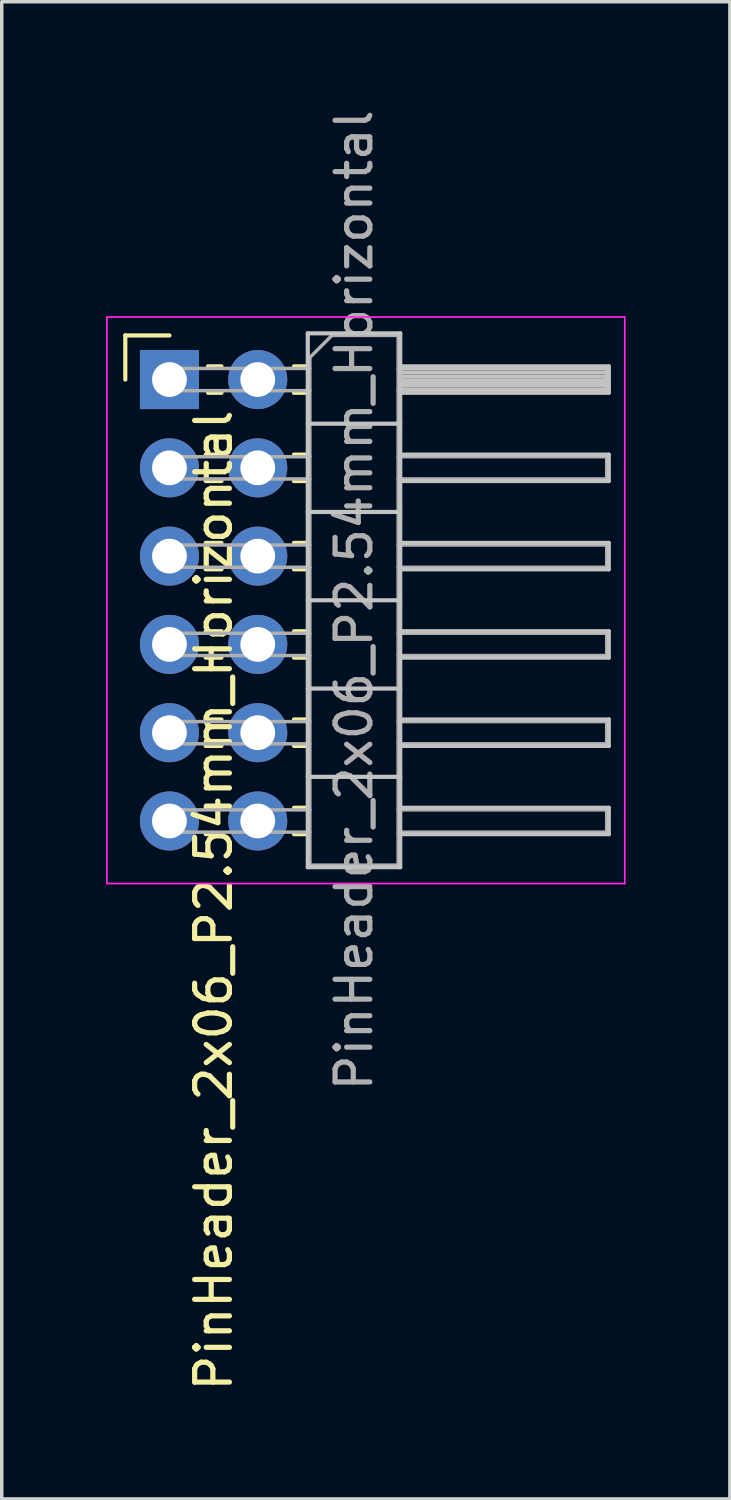
<source format=kicad_pcb>
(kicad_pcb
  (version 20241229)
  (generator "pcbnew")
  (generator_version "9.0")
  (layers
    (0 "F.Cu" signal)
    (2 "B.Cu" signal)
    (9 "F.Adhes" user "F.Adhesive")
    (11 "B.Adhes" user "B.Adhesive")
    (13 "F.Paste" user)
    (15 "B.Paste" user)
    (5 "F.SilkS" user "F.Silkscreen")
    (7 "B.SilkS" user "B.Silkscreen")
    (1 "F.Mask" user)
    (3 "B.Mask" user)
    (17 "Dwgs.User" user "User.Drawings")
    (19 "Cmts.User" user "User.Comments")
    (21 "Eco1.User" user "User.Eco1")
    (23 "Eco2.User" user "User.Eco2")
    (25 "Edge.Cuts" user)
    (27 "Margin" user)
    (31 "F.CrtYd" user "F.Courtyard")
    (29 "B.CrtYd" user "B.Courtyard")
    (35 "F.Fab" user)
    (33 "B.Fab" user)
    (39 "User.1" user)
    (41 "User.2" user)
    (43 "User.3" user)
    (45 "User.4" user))
  (footprint "PinHeader_2x06_P2.54mm_Horizontal"
    (layer "F.Cu")
    (at 1.825 7.87)
    (property "Reference" "PinHeader_2x06_P2.54mm_Horizontal" (at 1.27 14.986 270) (layer "F.SilkS") (effects (font (size 1 1) (thickness 0.15))))
    (attr through_hole)
    (fp_line (start -1.27 -1.27) (end 0 -1.27) (stroke (width 0.12) (type solid)) (layer "F.SilkS"))
    (fp_line (start -1.27 0) (end -1.27 -1.27) (stroke (width 0.12) (type solid)) (layer "F.SilkS"))
    (fp_line (start 1.043 2.16) (end 1.497 2.16) (stroke (width 0.12) (type solid)) (layer "F.SilkS"))
    (fp_line (start 1.043 2.92) (end 1.497 2.92) (stroke (width 0.12) (type solid)) (layer "F.SilkS"))
    (fp_line (start 1.043 4.7) (end 1.497 4.7) (stroke (width 0.12) (type solid)) (layer "F.SilkS"))
    (fp_line (start 1.043 5.46) (end 1.497 5.46) (stroke (width 0.12) (type solid)) (layer "F.SilkS"))
    (fp_line (start 1.043 7.24) (end 1.497 7.24) (stroke (width 0.12) (type solid)) (layer "F.SilkS"))
    (fp_line (start 1.043 8) (end 1.497 8) (stroke (width 0.12) (type solid)) (layer "F.SilkS"))
    (fp_line (start 1.043 9.78) (end 1.497 9.78) (stroke (width 0.12) (type solid)) (layer "F.SilkS"))
    (fp_line (start 1.043 10.54) (end 1.497 10.54) (stroke (width 0.12) (type solid)) (layer "F.SilkS"))
    (fp_line (start 1.043 12.32) (end 1.497 12.32) (stroke (width 0.12) (type solid)) (layer "F.SilkS"))
    (fp_line (start 1.043 13.08) (end 1.497 13.08) (stroke (width 0.12) (type solid)) (layer "F.SilkS"))
    (fp_line (start 1.11 -0.38) (end 1.497 -0.38) (stroke (width 0.12) (type solid)) (layer "F.SilkS"))
    (fp_line (start 1.11 0.38) (end 1.497 0.38) (stroke (width 0.12) (type solid)) (layer "F.SilkS"))
    (fp_line (start 3.583 -0.38) (end 3.98 -0.38) (stroke (width 0.12) (type solid)) (layer "F.SilkS"))
    (fp_line (start 3.583 0.38) (end 3.98 0.38) (stroke (width 0.12) (type solid)) (layer "F.SilkS"))
    (fp_line (start 3.583 2.16) (end 3.98 2.16) (stroke (width 0.12) (type solid)) (layer "F.SilkS"))
    (fp_line (start 3.583 2.92) (end 3.98 2.92) (stroke (width 0.12) (type solid)) (layer "F.SilkS"))
    (fp_line (start 3.583 4.7) (end 3.98 4.7) (stroke (width 0.12) (type solid)) (layer "F.SilkS"))
    (fp_line (start 3.583 5.46) (end 3.98 5.46) (stroke (width 0.12) (type solid)) (layer "F.SilkS"))
    (fp_line (start 3.583 7.24) (end 3.98 7.24) (stroke (width 0.12) (type solid)) (layer "F.SilkS"))
    (fp_line (start 3.583 8) (end 3.98 8) (stroke (width 0.12) (type solid)) (layer "F.SilkS"))
    (fp_line (start 3.583 9.78) (end 3.98 9.78) (stroke (width 0.12) (type solid)) (layer "F.SilkS"))
    (fp_line (start 3.583 10.54) (end 3.98 10.54) (stroke (width 0.12) (type solid)) (layer "F.SilkS"))
    (fp_line (start 3.583 12.32) (end 3.98 12.32) (stroke (width 0.12) (type solid)) (layer "F.SilkS"))
    (fp_line (start 3.583 13.08) (end 3.98 13.08) (stroke (width 0.12) (type solid)) (layer "F.SilkS"))
    (fp_line (start 3.98 -1.33) (end 3.98 14.03) (stroke (width 0.12) (type solid)) (layer "Dwgs.User"))
    (fp_line (start 3.98 1.27) (end 6.64 1.27) (stroke (width 0.12) (type solid)) (layer "Dwgs.User"))
    (fp_line (start 3.98 3.81) (end 6.64 3.81) (stroke (width 0.12) (type solid)) (layer "Dwgs.User"))
    (fp_line (start 3.98 6.35) (end 6.64 6.35) (stroke (width 0.12) (type solid)) (layer "Dwgs.User"))
    (fp_line (start 3.98 8.89) (end 6.64 8.89) (stroke (width 0.12) (type solid)) (layer "Dwgs.User"))
    (fp_line (start 3.98 11.43) (end 6.64 11.43) (stroke (width 0.12) (type solid)) (layer "Dwgs.User"))
    (fp_line (start 3.98 14.03) (end 6.64 14.03) (stroke (width 0.12) (type solid)) (layer "Dwgs.User"))
    (fp_line (start 6.64 -1.33) (end 3.98 -1.33) (stroke (width 0.12) (type solid)) (layer "Dwgs.User"))
    (fp_line (start 6.64 -0.38) (end 12.64 -0.38) (stroke (width 0.12) (type solid)) (layer "Dwgs.User"))
    (fp_line (start 6.64 -0.32) (end 12.64 -0.32) (stroke (width 0.12) (type solid)) (layer "Dwgs.User"))
    (fp_line (start 6.64 -0.2) (end 12.64 -0.2) (stroke (width 0.12) (type solid)) (layer "Dwgs.User"))
    (fp_line (start 6.64 -0.08) (end 12.64 -0.08) (stroke (width 0.12) (type solid)) (layer "Dwgs.User"))
    (fp_line (start 6.64 0.04) (end 12.64 0.04) (stroke (width 0.12) (type solid)) (layer "Dwgs.User"))
    (fp_line (start 6.64 0.16) (end 12.64 0.16) (stroke (width 0.12) (type solid)) (layer "Dwgs.User"))
    (fp_line (start 6.64 0.28) (end 12.64 0.28) (stroke (width 0.12) (type solid)) (layer "Dwgs.User"))
    (fp_line (start 6.64 2.16) (end 12.64 2.16) (stroke (width 0.12) (type solid)) (layer "Dwgs.User"))
    (fp_line (start 6.64 4.7) (end 12.64 4.7) (stroke (width 0.12) (type solid)) (layer "Dwgs.User"))
    (fp_line (start 6.64 7.24) (end 12.64 7.24) (stroke (width 0.12) (type solid)) (layer "Dwgs.User"))
    (fp_line (start 6.64 9.78) (end 12.64 9.78) (stroke (width 0.12) (type solid)) (layer "Dwgs.User"))
    (fp_line (start 6.64 12.32) (end 12.64 12.32) (stroke (width 0.12) (type solid)) (layer "Dwgs.User"))
    (fp_line (start 6.64 14.03) (end 6.64 -1.33) (stroke (width 0.12) (type solid)) (layer "Dwgs.User"))
    (fp_line (start 12.64 -0.38) (end 12.64 0.38) (stroke (width 0.12) (type solid)) (layer "Dwgs.User"))
    (fp_line (start 12.64 0.38) (end 6.64 0.38) (stroke (width 0.12) (type solid)) (layer "Dwgs.User"))
    (fp_line (start 12.64 2.16) (end 12.64 2.92) (stroke (width 0.12) (type solid)) (layer "Dwgs.User"))
    (fp_line (start 12.64 2.92) (end 6.64 2.92) (stroke (width 0.12) (type solid)) (layer "Dwgs.User"))
    (fp_line (start 12.64 4.7) (end 12.64 5.46) (stroke (width 0.12) (type solid)) (layer "Dwgs.User"))
    (fp_line (start 12.64 5.46) (end 6.64 5.46) (stroke (width 0.12) (type solid)) (layer "Dwgs.User"))
    (fp_line (start 12.64 7.24) (end 12.64 8) (stroke (width 0.12) (type solid)) (layer "Dwgs.User"))
    (fp_line (start 12.64 8) (end 6.64 8) (stroke (width 0.12) (type solid)) (layer "Dwgs.User"))
    (fp_line (start 12.64 9.78) (end 12.64 10.54) (stroke (width 0.12) (type solid)) (layer "Dwgs.User"))
    (fp_line (start 12.64 10.54) (end 6.64 10.54) (stroke (width 0.12) (type solid)) (layer "Dwgs.User"))
    (fp_line (start 12.64 12.32) (end 12.64 13.08) (stroke (width 0.12) (type solid)) (layer "Dwgs.User"))
    (fp_line (start 12.64 13.08) (end 6.64 13.08) (stroke (width 0.12) (type solid)) (layer "Dwgs.User"))
    (fp_line (start -1.8 -1.8) (end -1.8 14.5) (stroke (width 0.05) (type solid)) (layer "F.CrtYd"))
    (fp_line (start -1.8 14.5) (end 13.1 14.5) (stroke (width 0.05) (type solid)) (layer "F.CrtYd"))
    (fp_line (start 13.1 -1.8) (end -1.8 -1.8) (stroke (width 0.05) (type solid)) (layer "F.CrtYd"))
    (fp_line (start 13.1 14.5) (end 13.1 -1.8) (stroke (width 0.05) (type solid)) (layer "F.CrtYd"))
    (fp_line (start -0.32 -0.32) (end -0.32 0.32) (stroke (width 0.1) (type solid)) (layer "F.Fab"))
    (fp_line (start -0.32 -0.32) (end 4.04 -0.32) (stroke (width 0.1) (type solid)) (layer "F.Fab"))
    (fp_line (start -0.32 0.32) (end 4.04 0.32) (stroke (width 0.1) (type solid)) (layer "F.Fab"))
    (fp_line (start -0.32 2.22) (end -0.32 2.86) (stroke (width 0.1) (type solid)) (layer "F.Fab"))
    (fp_line (start -0.32 2.22) (end 4.04 2.22) (stroke (width 0.1) (type solid)) (layer "F.Fab"))
    (fp_line (start -0.32 2.86) (end 4.04 2.86) (stroke (width 0.1) (type solid)) (layer "F.Fab"))
    (fp_line (start -0.32 4.76) (end -0.32 5.4) (stroke (width 0.1) (type solid)) (layer "F.Fab"))
    (fp_line (start -0.32 4.76) (end 4.04 4.76) (stroke (width 0.1) (type solid)) (layer "F.Fab"))
    (fp_line (start -0.32 5.4) (end 4.04 5.4) (stroke (width 0.1) (type solid)) (layer "F.Fab"))
    (fp_line (start -0.32 7.3) (end -0.32 7.94) (stroke (width 0.1) (type solid)) (layer "F.Fab"))
    (fp_line (start -0.32 7.3) (end 4.04 7.3) (stroke (width 0.1) (type solid)) (layer "F.Fab"))
    (fp_line (start -0.32 7.94) (end 4.04 7.94) (stroke (width 0.1) (type solid)) (layer "F.Fab"))
    (fp_line (start -0.32 9.84) (end -0.32 10.48) (stroke (width 0.1) (type solid)) (layer "F.Fab"))
    (fp_line (start -0.32 9.84) (end 4.04 9.84) (stroke (width 0.1) (type solid)) (layer "F.Fab"))
    (fp_line (start -0.32 10.48) (end 4.04 10.48) (stroke (width 0.1) (type solid)) (layer "F.Fab"))
    (fp_line (start -0.32 12.38) (end -0.32 13.02) (stroke (width 0.1) (type solid)) (layer "F.Fab"))
    (fp_line (start -0.32 12.38) (end 4.04 12.38) (stroke (width 0.1) (type solid)) (layer "F.Fab"))
    (fp_line (start -0.32 13.02) (end 4.04 13.02) (stroke (width 0.1) (type solid)) (layer "F.Fab"))
    (fp_line (start 4.04 -0.635) (end 4.675 -1.27) (stroke (width 0.1) (type solid)) (layer "F.Fab"))
    (fp_line (start 4.04 13.97) (end 4.04 -0.635) (stroke (width 0.1) (type solid)) (layer "F.Fab"))
    (fp_line (start 4.675 -1.27) (end 6.58 -1.27) (stroke (width 0.1) (type solid)) (layer "F.Fab"))
    (fp_line (start 6.58 -1.27) (end 6.58 13.97) (stroke (width 0.1) (type solid)) (layer "F.Fab"))
    (fp_line (start 6.58 -0.32) (end 12.58 -0.32) (stroke (width 0.1) (type solid)) (layer "F.Fab"))
    (fp_line (start 6.58 0.32) (end 12.58 0.32) (stroke (width 0.1) (type solid)) (layer "F.Fab"))
    (fp_line (start 6.58 2.22) (end 12.58 2.22) (stroke (width 0.1) (type solid)) (layer "F.Fab"))
    (fp_line (start 6.58 2.86) (end 12.58 2.86) (stroke (width 0.1) (type solid)) (layer "F.Fab"))
    (fp_line (start 6.58 4.76) (end 12.58 4.76) (stroke (width 0.1) (type solid)) (layer "F.Fab"))
    (fp_line (start 6.58 5.4) (end 12.58 5.4) (stroke (width 0.1) (type solid)) (layer "F.Fab"))
    (fp_line (start 6.58 7.3) (end 12.58 7.3) (stroke (width 0.1) (type solid)) (layer "F.Fab"))
    (fp_line (start 6.58 7.94) (end 12.58 7.94) (stroke (width 0.1) (type solid)) (layer "F.Fab"))
    (fp_line (start 6.58 9.84) (end 12.58 9.84) (stroke (width 0.1) (type solid)) (layer "F.Fab"))
    (fp_line (start 6.58 10.48) (end 12.58 10.48) (stroke (width 0.1) (type solid)) (layer "F.Fab"))
    (fp_line (start 6.58 12.38) (end 12.58 12.38) (stroke (width 0.1) (type solid)) (layer "F.Fab"))
    (fp_line (start 6.58 13.02) (end 12.58 13.02) (stroke (width 0.1) (type solid)) (layer "F.Fab"))
    (fp_line (start 6.58 13.97) (end 4.04 13.97) (stroke (width 0.1) (type solid)) (layer "F.Fab"))
    (fp_line (start 12.58 -0.32) (end 12.58 0.32) (stroke (width 0.1) (type solid)) (layer "F.Fab"))
    (fp_line (start 12.58 2.22) (end 12.58 2.86) (stroke (width 0.1) (type solid)) (layer "F.Fab"))
    (fp_line (start 12.58 4.76) (end 12.58 5.4) (stroke (width 0.1) (type solid)) (layer "F.Fab"))
    (fp_line (start 12.58 7.3) (end 12.58 7.94) (stroke (width 0.1) (type solid)) (layer "F.Fab"))
    (fp_line (start 12.58 9.84) (end 12.58 10.48) (stroke (width 0.1) (type solid)) (layer "F.Fab"))
    (fp_line (start 12.58 12.38) (end 12.58 13.02) (stroke (width 0.1) (type solid)) (layer "F.Fab"))
    (fp_text user "${REFERENCE}" (at 5.31 6.35 270) (layer "F.Fab") (effects (font (size 1 1) (thickness 0.15))))
    (pad "1" thru_hole rect (at 0 0) (size 1.7 1.7) (drill 1) (layers "*.Cu" "*.Mask"))
    (pad "2" thru_hole oval (at 2.54 0) (size 1.7 1.7) (drill 1) (layers "*.Cu" "*.Mask"))
    (pad "3" thru_hole oval (at 0 2.54) (size 1.7 1.7) (drill 1) (layers "*.Cu" "*.Mask"))
    (pad "4" thru_hole oval (at 2.54 2.54) (size 1.7 1.7) (drill 1) (layers "*.Cu" "*.Mask"))
    (pad "5" thru_hole oval (at 0 5.08) (size 1.7 1.7) (drill 1) (layers "*.Cu" "*.Mask"))
    (pad "6" thru_hole oval (at 2.54 5.08) (size 1.7 1.7) (drill 1) (layers "*.Cu" "*.Mask"))
    (pad "7" thru_hole oval (at 0 7.62) (size 1.7 1.7) (drill 1) (layers "*.Cu" "*.Mask"))
    (pad "8" thru_hole oval (at 2.54 7.62) (size 1.7 1.7) (drill 1) (layers "*.Cu" "*.Mask"))
    (pad "9" thru_hole oval (at 0 10.16) (size 1.7 1.7) (drill 1) (layers "*.Cu" "*.Mask"))
    (pad "10" thru_hole oval (at 2.54 10.16) (size 1.7 1.7) (drill 1) (layers "*.Cu" "*.Mask"))
    (pad "11" thru_hole oval (at 0 12.7) (size 1.7 1.7) (drill 1) (layers "*.Cu" "*.Mask"))
    (pad "12" thru_hole oval (at 2.54 12.7) (size 1.7 1.7) (drill 1) (layers "*.Cu" "*.Mask")))
  (gr_rect
    (start -3 -3)
    (end 17.95 40.076)
    (stroke (width 0.1) (type default))
    (fill no)
    (layer "Edge.Cuts")))
</source>
